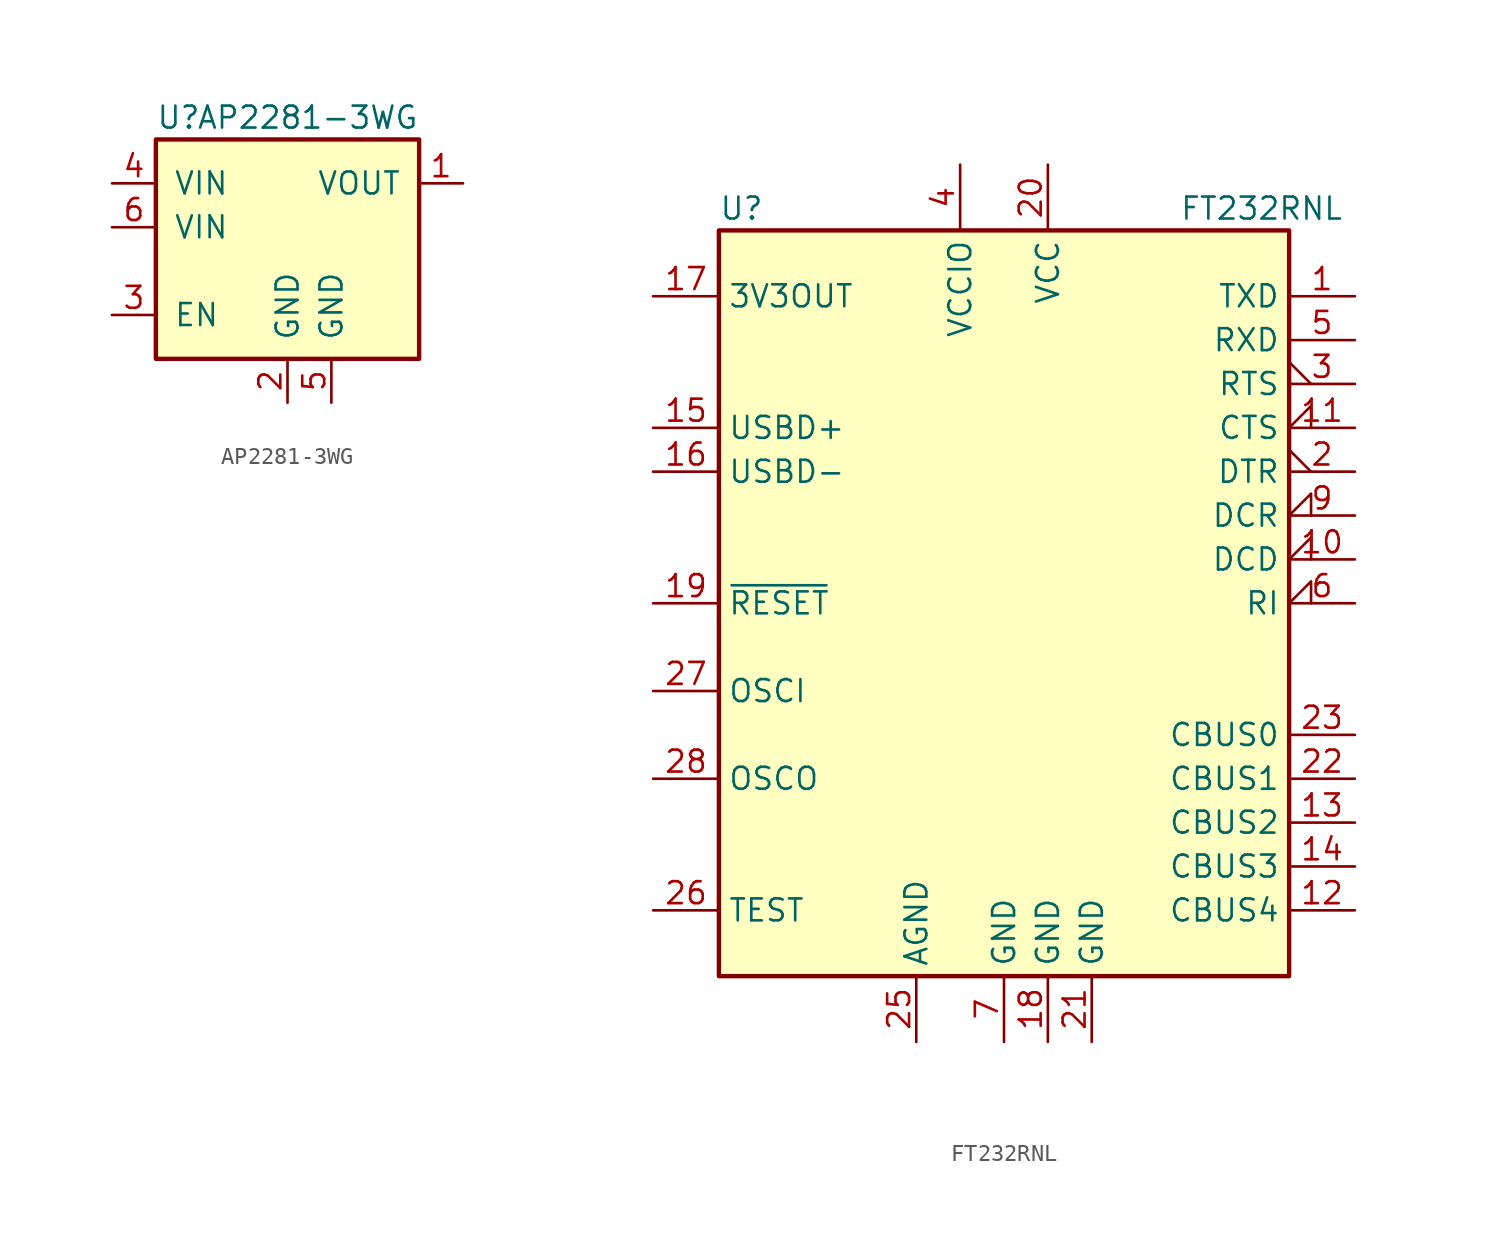
<source format=kicad_sym>
(kicad_symbol_lib
  (version 20241209)
  (generator "kicad_symbol_editor")
  (generator_version "9.0")
  (symbol "AP2281-3WG"
    (pin_names
      (offset 1.016))
    (property "Reference" "U"
      (at -7.62 8.89 0)
      (effects (font (size 1.27 1.27)) (justify left)))
    (property "Value" "AP2281-3WG"
      (at 7.62 8.89 0)
      (effects (font (size 1.27 1.27)) (justify right)))
    (symbol "AP2281-3WG_0_1"
      (rectangle (start -7.62 7.62) (end 7.62 -5.08) (stroke (width 0.254) (type default)) (fill (type background))))
    (symbol "AP2281-3WG_1_1"
      (pin power_in line (at -10.16 5.08 0) (length 2.54) (name "VIN" (effects (font (size 1.27 1.27)))) (number "4" (effects (font (size 1.27 1.27)))))
      (pin power_in line (at -10.16 2.54 0) (length 2.54) (name "VIN" (effects (font (size 1.27 1.27)))) (number "6" (effects (font (size 1.27 1.27)))))
      (pin input line (at -10.16 -2.54 0) (length 2.54) (name "EN" (effects (font (size 1.27 1.27)))) (number "3" (effects (font (size 1.27 1.27)))))
      (pin power_in line (at 0 -7.62 90) (length 2.54) (name "GND" (effects (font (size 1.27 1.27)))) (number "2" (effects (font (size 1.27 1.27)))))
      (pin power_in line (at 2.54 -7.62 90) (length 2.54) (name "GND" (effects (font (size 1.27 1.27)))) (number "5" (effects (font (size 1.27 1.27)))))
      (pin power_out line (at 10.16 5.08 180) (length 2.54) (name "VOUT" (effects (font (size 1.27 1.27)))) (number "1" (effects (font (size 1.27 1.27)))))))
  (symbol "FT232RNL"
    (property "Reference" "U"
      (at -16.51 22.86 0)
      (effects (font (size 1.27 1.27)) (justify left)))
    (property "Value" "FT232RNL"
      (at 10.16 22.86 0)
      (effects (font (size 1.27 1.27)) (justify left)))
    (symbol "FT232RNL_0_1"
      (rectangle (start -16.51 21.59) (end 16.51 -21.59) (stroke (width 0.254) (type default)) (fill (type background))))
    (symbol "FT232RNL_1_1"
      (pin power_out line (at -20.32 17.78 0) (length 3.81) (name "3V3OUT" (effects (font (size 1.27 1.27)))) (number "17" (effects (font (size 1.27 1.27)))))
      (pin bidirectional line (at -20.32 10.16 0) (length 3.81) (name "USBD+" (effects (font (size 1.27 1.27)))) (number "15" (effects (font (size 1.27 1.27)))))
      (pin bidirectional line (at -20.32 7.62 0) (length 3.81) (name "USBD-" (effects (font (size 1.27 1.27)))) (number "16" (effects (font (size 1.27 1.27)))))
      (pin input line (at -20.32 0 0) (length 3.81) (name "~{RESET}" (effects (font (size 1.27 1.27)))) (number "19" (effects (font (size 1.27 1.27)))))
      (pin input line (at -20.32 -5.08 0) (length 3.81) (name "OSCI" (effects (font (size 1.27 1.27)))) (number "27" (effects (font (size 1.27 1.27)))))
      (pin output line (at -20.32 -10.16 0) (length 3.81) (name "OSCO" (effects (font (size 1.27 1.27)))) (number "28" (effects (font (size 1.27 1.27)))))
      (pin input line (at -20.32 -17.78 0) (length 3.81) (name "TEST" (effects (font (size 1.27 1.27)))) (number "26" (effects (font (size 1.27 1.27)))))
      (pin power_in line (at -5.08 -25.4 90) (length 3.81) (name "AGND" (effects (font (size 1.27 1.27)))) (number "25" (effects (font (size 1.27 1.27)))))
      (pin power_in line (at -2.54 25.4 270) (length 3.81) (name "VCCIO" (effects (font (size 1.27 1.27)))) (number "4" (effects (font (size 1.27 1.27)))))
      (pin power_in line (at 0 -25.4 90) (length 3.81) (name "GND" (effects (font (size 1.27 1.27)))) (number "7" (effects (font (size 1.27 1.27)))))
      (pin power_in line (at 2.54 25.4 270) (length 3.81) (name "VCC" (effects (font (size 1.27 1.27)))) (number "20" (effects (font (size 1.27 1.27)))))
      (pin power_in line (at 2.54 -25.4 90) (length 3.81) (name "GND" (effects (font (size 1.27 1.27)))) (number "18" (effects (font (size 1.27 1.27)))))
      (pin power_in line (at 5.08 -25.4 90) (length 3.81) (name "GND" (effects (font (size 1.27 1.27)))) (number "21" (effects (font (size 1.27 1.27)))))
      (pin output line (at 20.32 17.78 180) (length 3.81) (name "TXD" (effects (font (size 1.27 1.27)))) (number "1" (effects (font (size 1.27 1.27)))))
      (pin input line (at 20.32 15.24 180) (length 3.81) (name "RXD" (effects (font (size 1.27 1.27)))) (number "5" (effects (font (size 1.27 1.27)))))
      (pin output output_low (at 20.32 12.7 180) (length 3.81) (name "RTS" (effects (font (size 1.27 1.27)))) (number "3" (effects (font (size 1.27 1.27)))))
      (pin input input_low (at 20.32 10.16 180) (length 3.81) (name "CTS" (effects (font (size 1.27 1.27)))) (number "11" (effects (font (size 1.27 1.27)))))
      (pin output output_low (at 20.32 7.62 180) (length 3.81) (name "DTR" (effects (font (size 1.27 1.27)))) (number "2" (effects (font (size 1.27 1.27)))))
      (pin input input_low (at 20.32 5.08 180) (length 3.81) (name "DCR" (effects (font (size 1.27 1.27)))) (number "9" (effects (font (size 1.27 1.27)))))
      (pin input input_low (at 20.32 2.54 180) (length 3.81) (name "DCD" (effects (font (size 1.27 1.27)))) (number "10" (effects (font (size 1.27 1.27)))))
      (pin input input_low (at 20.32 0 180) (length 3.81) (name "RI" (effects (font (size 1.27 1.27)))) (number "6" (effects (font (size 1.27 1.27)))))
      (pin bidirectional line (at 20.32 -7.62 180) (length 3.81) (name "CBUS0" (effects (font (size 1.27 1.27)))) (number "23" (effects (font (size 1.27 1.27)))))
      (pin bidirectional line (at 20.32 -10.16 180) (length 3.81) (name "CBUS1" (effects (font (size 1.27 1.27)))) (number "22" (effects (font (size 1.27 1.27)))))
      (pin bidirectional line (at 20.32 -12.7 180) (length 3.81) (name "CBUS2" (effects (font (size 1.27 1.27)))) (number "13" (effects (font (size 1.27 1.27)))))
      (pin bidirectional line (at 20.32 -15.24 180) (length 3.81) (name "CBUS3" (effects (font (size 1.27 1.27)))) (number "14" (effects (font (size 1.27 1.27)))))
      (pin bidirectional line (at 20.32 -17.78 180) (length 3.81) (name "CBUS4" (effects (font (size 1.27 1.27)))) (number "12" (effects (font (size 1.27 1.27))))))))
</source>
